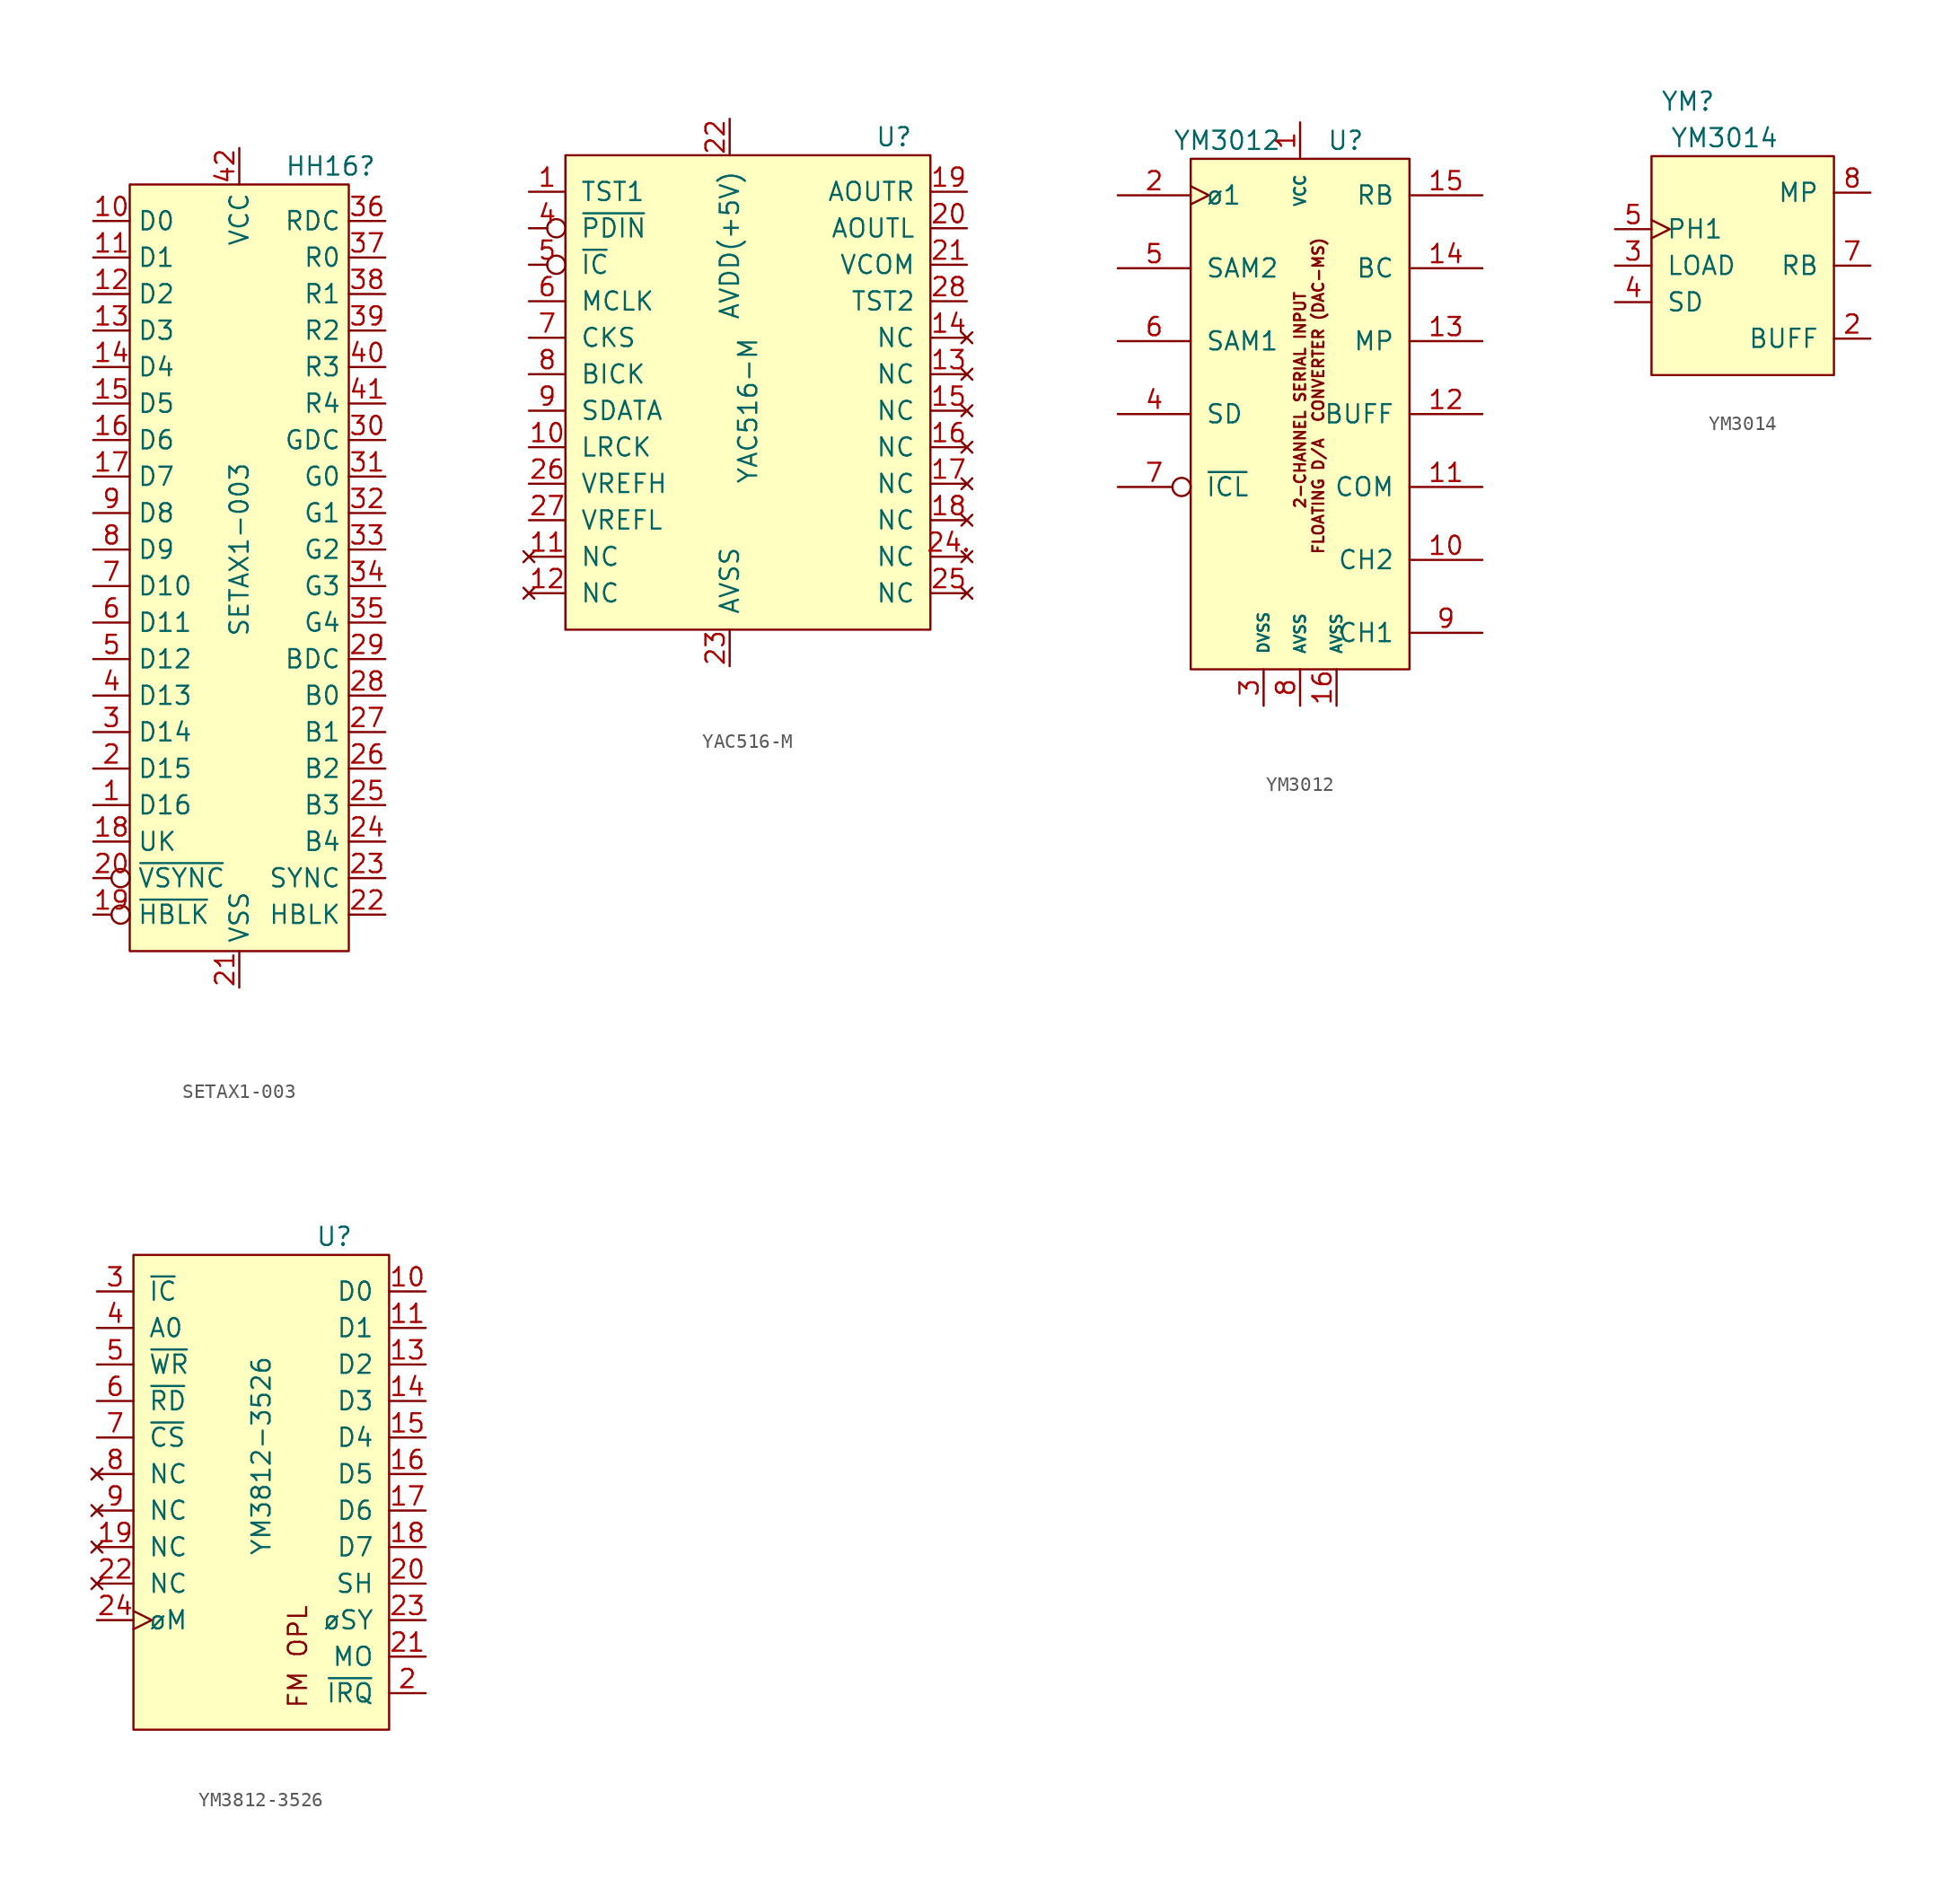
<source format=kicad_sym>
(kicad_symbol_lib
  (version 20211014)
  (generator kicad_symbol_editor)
  (symbol "SETAX1-003"
    (property "Reference" "HH16"
      (at 6.35 26.67 0)
      (effects (font (size 1.27 1.27))))
    (property "Value" "SETAX1-003"
      (at 0 0 90)
      (effects (font (size 1.27 1.27))))
    (symbol "SETAX1-003_0_1"
      (rectangle (start -7.62 25.4) (end 7.62 -27.94) (stroke (width 0.152) (type default) (color 0 0 0 0)) (fill (type background))))
    (symbol "SETAX1-003_1_1"
      (pin input line (at -10.16 -17.78 0) (length 2.54) (name "D16" (effects (font (size 1.27 1.27)))) (number "1" (effects (font (size 1.27 1.27)))))
      (pin input line (at -10.16 22.86 0) (length 2.54) (name "D0" (effects (font (size 1.27 1.27)))) (number "10" (effects (font (size 1.27 1.27)))))
      (pin input line (at -10.16 20.32 0) (length 2.54) (name "D1" (effects (font (size 1.27 1.27)))) (number "11" (effects (font (size 1.27 1.27)))))
      (pin input line (at -10.16 17.78 0) (length 2.54) (name "D2" (effects (font (size 1.27 1.27)))) (number "12" (effects (font (size 1.27 1.27)))))
      (pin input line (at -10.16 15.24 0) (length 2.54) (name "D3" (effects (font (size 1.27 1.27)))) (number "13" (effects (font (size 1.27 1.27)))))
      (pin input line (at -10.16 12.7 0) (length 2.54) (name "D4" (effects (font (size 1.27 1.27)))) (number "14" (effects (font (size 1.27 1.27)))))
      (pin input line (at -10.16 10.16 0) (length 2.54) (name "D5" (effects (font (size 1.27 1.27)))) (number "15" (effects (font (size 1.27 1.27)))))
      (pin input line (at -10.16 7.62 0) (length 2.54) (name "D6" (effects (font (size 1.27 1.27)))) (number "16" (effects (font (size 1.27 1.27)))))
      (pin input line (at -10.16 5.08 0) (length 2.54) (name "D7" (effects (font (size 1.27 1.27)))) (number "17" (effects (font (size 1.27 1.27)))))
      (pin input line (at -10.16 -20.32 0) (length 2.54) (name "UK" (effects (font (size 1.27 1.27)))) (number "18" (effects (font (size 1.27 1.27)))))
      (pin input inverted (at -10.16 -25.4 0) (length 2.54) (name "~{HBLK}" (effects (font (size 1.27 1.27)))) (number "19" (effects (font (size 1.27 1.27)))))
      (pin input line (at -10.16 -15.24 0) (length 2.54) (name "D15" (effects (font (size 1.27 1.27)))) (number "2" (effects (font (size 1.27 1.27)))))
      (pin input inverted (at -10.16 -22.86 0) (length 2.54) (name "~{VSYNC}" (effects (font (size 1.27 1.27)))) (number "20" (effects (font (size 1.27 1.27)))))
      (pin power_in line (at 0 -30.48 90) (length 2.54) (name "VSS" (effects (font (size 1.27 1.27)))) (number "21" (effects (font (size 1.27 1.27)))))
      (pin tri_state line (at 10.16 -25.4 180) (length 2.54) (name "HBLK" (effects (font (size 1.27 1.27)))) (number "22" (effects (font (size 1.27 1.27)))))
      (pin tri_state line (at 10.16 -22.86 180) (length 2.54) (name "SYNC" (effects (font (size 1.27 1.27)))) (number "23" (effects (font (size 1.27 1.27)))))
      (pin output line (at 10.16 -20.32 180) (length 2.54) (name "B4" (effects (font (size 1.27 1.27)))) (number "24" (effects (font (size 1.27 1.27)))))
      (pin output line (at 10.16 -17.78 180) (length 2.54) (name "B3" (effects (font (size 1.27 1.27)))) (number "25" (effects (font (size 1.27 1.27)))))
      (pin output line (at 10.16 -15.24 180) (length 2.54) (name "B2" (effects (font (size 1.27 1.27)))) (number "26" (effects (font (size 1.27 1.27)))))
      (pin output line (at 10.16 -12.7 180) (length 2.54) (name "B1" (effects (font (size 1.27 1.27)))) (number "27" (effects (font (size 1.27 1.27)))))
      (pin output line (at 10.16 -10.16 180) (length 2.54) (name "B0" (effects (font (size 1.27 1.27)))) (number "28" (effects (font (size 1.27 1.27)))))
      (pin output line (at 10.16 -7.62 180) (length 2.54) (name "BDC" (effects (font (size 1.27 1.27)))) (number "29" (effects (font (size 1.27 1.27)))))
      (pin input line (at -10.16 -12.7 0) (length 2.54) (name "D14" (effects (font (size 1.27 1.27)))) (number "3" (effects (font (size 1.27 1.27)))))
      (pin output line (at 10.16 7.62 180) (length 2.54) (name "GDC" (effects (font (size 1.27 1.27)))) (number "30" (effects (font (size 1.27 1.27)))))
      (pin output line (at 10.16 5.08 180) (length 2.54) (name "G0" (effects (font (size 1.27 1.27)))) (number "31" (effects (font (size 1.27 1.27)))))
      (pin output line (at 10.16 2.54 180) (length 2.54) (name "G1" (effects (font (size 1.27 1.27)))) (number "32" (effects (font (size 1.27 1.27)))))
      (pin output line (at 10.16 0 180) (length 2.54) (name "G2" (effects (font (size 1.27 1.27)))) (number "33" (effects (font (size 1.27 1.27)))))
      (pin output line (at 10.16 -2.54 180) (length 2.54) (name "G3" (effects (font (size 1.27 1.27)))) (number "34" (effects (font (size 1.27 1.27)))))
      (pin output line (at 10.16 -5.08 180) (length 2.54) (name "G4" (effects (font (size 1.27 1.27)))) (number "35" (effects (font (size 1.27 1.27)))))
      (pin output line (at 10.16 22.86 180) (length 2.54) (name "RDC" (effects (font (size 1.27 1.27)))) (number "36" (effects (font (size 1.27 1.27)))))
      (pin output line (at 10.16 20.32 180) (length 2.54) (name "R0" (effects (font (size 1.27 1.27)))) (number "37" (effects (font (size 1.27 1.27)))))
      (pin output line (at 10.16 17.78 180) (length 2.54) (name "R1" (effects (font (size 1.27 1.27)))) (number "38" (effects (font (size 1.27 1.27)))))
      (pin output line (at 10.16 15.24 180) (length 2.54) (name "R2" (effects (font (size 1.27 1.27)))) (number "39" (effects (font (size 1.27 1.27)))))
      (pin input line (at -10.16 -10.16 0) (length 2.54) (name "D13" (effects (font (size 1.27 1.27)))) (number "4" (effects (font (size 1.27 1.27)))))
      (pin output line (at 10.16 12.7 180) (length 2.54) (name "R3" (effects (font (size 1.27 1.27)))) (number "40" (effects (font (size 1.27 1.27)))))
      (pin output line (at 10.16 10.16 180) (length 2.54) (name "R4" (effects (font (size 1.27 1.27)))) (number "41" (effects (font (size 1.27 1.27)))))
      (pin power_in line (at 0 27.94 270) (length 2.54) (name "VCC" (effects (font (size 1.27 1.27)))) (number "42" (effects (font (size 1.27 1.27)))))
      (pin input line (at -10.16 -7.62 0) (length 2.54) (name "D12" (effects (font (size 1.27 1.27)))) (number "5" (effects (font (size 1.27 1.27)))))
      (pin input line (at -10.16 -5.08 0) (length 2.54) (name "D11" (effects (font (size 1.27 1.27)))) (number "6" (effects (font (size 1.27 1.27)))))
      (pin input line (at -10.16 -2.54 0) (length 2.54) (name "D10" (effects (font (size 1.27 1.27)))) (number "7" (effects (font (size 1.27 1.27)))))
      (pin input line (at -10.16 0 0) (length 2.54) (name "D9" (effects (font (size 1.27 1.27)))) (number "8" (effects (font (size 1.27 1.27)))))
      (pin input line (at -10.16 2.54 0) (length 2.54) (name "D8" (effects (font (size 1.27 1.27)))) (number "9" (effects (font (size 1.27 1.27)))))))
  (symbol "YAC516-M"
    (pin_names
      (offset 1.016))
    (property "Reference" "U"
      (at 10.16 17.78 0)
      (effects (font (size 1.27 1.27))))
    (property "Value" "YAC516-M"
      (at 0 -1.27 90)
      (effects (font (size 1.27 1.27))))
    (symbol "YAC516-M_0_1"
      (rectangle (start -12.7 16.51) (end 12.7 -16.51) (stroke (width 0) (type default) (color 0 0 0 0)) (fill (type background))))
    (symbol "YAC516-M_1_1"
      (pin input line (at -15.24 13.97 0) (length 2.54) (name "TST1" (effects (font (size 1.27 1.27)))) (number "1" (effects (font (size 1.27 1.27)))))
      (pin input line (at -15.24 -3.81 0) (length 2.54) (name "LRCK" (effects (font (size 1.27 1.27)))) (number "10" (effects (font (size 1.27 1.27)))))
      (pin no_connect line (at -15.24 -11.43 0) (length 2.54) (name "NC" (effects (font (size 1.27 1.27)))) (number "11" (effects (font (size 1.27 1.27)))))
      (pin no_connect line (at -15.24 -13.97 0) (length 2.54) (name "NC" (effects (font (size 1.27 1.27)))) (number "12" (effects (font (size 1.27 1.27)))))
      (pin no_connect line (at 15.24 1.27 180) (length 2.54) (name "NC" (effects (font (size 1.27 1.27)))) (number "13" (effects (font (size 1.27 1.27)))))
      (pin no_connect line (at 15.24 3.81 180) (length 2.54) (name "NC" (effects (font (size 1.27 1.27)))) (number "14" (effects (font (size 1.27 1.27)))))
      (pin no_connect line (at 15.24 -1.27 180) (length 2.54) (name "NC" (effects (font (size 1.27 1.27)))) (number "15" (effects (font (size 1.27 1.27)))))
      (pin no_connect line (at 15.24 -3.81 180) (length 2.54) (name "NC" (effects (font (size 1.27 1.27)))) (number "16" (effects (font (size 1.27 1.27)))))
      (pin no_connect line (at 15.24 -6.35 180) (length 2.54) (name "NC" (effects (font (size 1.27 1.27)))) (number "17" (effects (font (size 1.27 1.27)))))
      (pin no_connect line (at 15.24 -8.89 180) (length 2.54) (name "NC" (effects (font (size 1.27 1.27)))) (number "18" (effects (font (size 1.27 1.27)))))
      (pin output line (at 15.24 13.97 180) (length 2.54) (name "AOUTR" (effects (font (size 1.27 1.27)))) (number "19" (effects (font (size 1.27 1.27)))))
      (pin power_in line (at 1.27 16.51 270) (length 2.54) hide (name "VCC" (effects (font (size 1.27 1.27)))) (number "2" (effects (font (size 1.27 1.27)))))
      (pin output line (at 15.24 11.43 180) (length 2.54) (name "AOUTL" (effects (font (size 1.27 1.27)))) (number "20" (effects (font (size 1.27 1.27)))))
      (pin output line (at 15.24 8.89 180) (length 2.54) (name "VCOM" (effects (font (size 1.27 1.27)))) (number "21" (effects (font (size 1.27 1.27)))))
      (pin power_in line (at -1.27 19.05 270) (length 2.54) (name "AVDD(+5V)" (effects (font (size 1.27 1.27)))) (number "22" (effects (font (size 1.27 1.27)))))
      (pin power_in line (at -1.27 -19.05 90) (length 2.54) (name "AVSS" (effects (font (size 1.27 1.27)))) (number "23" (effects (font (size 1.27 1.27)))))
      (pin no_connect line (at 15.24 -11.43 180) (length 2.54) (name "NC" (effects (font (size 1.27 1.27)))) (number "24." (effects (font (size 1.27 1.27)))))
      (pin no_connect line (at 15.24 -13.97 180) (length 2.54) (name "NC" (effects (font (size 1.27 1.27)))) (number "25" (effects (font (size 1.27 1.27)))))
      (pin input line (at -15.24 -6.35 0) (length 2.54) (name "VREFH" (effects (font (size 1.27 1.27)))) (number "26" (effects (font (size 1.27 1.27)))))
      (pin input line (at -15.24 -8.89 0) (length 2.54) (name "VREFL" (effects (font (size 1.27 1.27)))) (number "27" (effects (font (size 1.27 1.27)))))
      (pin output line (at 15.24 6.35 180) (length 2.54) (name "TST2" (effects (font (size 1.27 1.27)))) (number "28" (effects (font (size 1.27 1.27)))))
      (pin power_in line (at 1.27 -16.51 90) (length 2.54) hide (name "VSS" (effects (font (size 1.27 1.27)))) (number "3" (effects (font (size 1.27 1.27)))))
      (pin input inverted (at -15.24 11.43 0) (length 2.54) (name "~{PDIN}" (effects (font (size 1.27 1.27)))) (number "4" (effects (font (size 1.27 1.27)))))
      (pin input inverted (at -15.24 8.89 0) (length 2.54) (name "~{IC}" (effects (font (size 1.27 1.27)))) (number "5" (effects (font (size 1.27 1.27)))))
      (pin input line (at -15.24 6.35 0) (length 2.54) (name "MCLK" (effects (font (size 1.27 1.27)))) (number "6" (effects (font (size 1.27 1.27)))))
      (pin input line (at -15.24 3.81 0) (length 2.54) (name "CKS" (effects (font (size 1.27 1.27)))) (number "7" (effects (font (size 1.27 1.27)))))
      (pin input line (at -15.24 1.27 0) (length 2.54) (name "BICK" (effects (font (size 1.27 1.27)))) (number "8" (effects (font (size 1.27 1.27)))))
      (pin input line (at -15.24 -1.27 0) (length 2.54) (name "SDATA" (effects (font (size 1.27 1.27)))) (number "9" (effects (font (size 1.27 1.27)))))))
  (symbol "YM3012"
    (pin_names
      (offset 1.016))
    (property "Reference" "U"
      (at 3.175 17.78 0)
      (effects (font (size 1.27 1.27))))
    (property "Value" "YM3012"
      (at -5.08 17.78 0)
      (effects (font (size 1.27 1.27))))
    (symbol "YM3012_0_0"
      (text "2-CHANNEL SERIAL INPUT " (at 0 0 900) (effects (font (size 0.762 0.762))))
      (text "FLOATING D/A  CONVERTER (DAC-MS)" (at 1.27 0 900) (effects (font (size 0.762 0.762)))))
    (symbol "YM3012_0_1"
      (rectangle (start -7.62 16.51) (end 7.62 -19.05) (stroke (width 0) (type default) (color 0 0 0 0)) (fill (type background))))
    (symbol "YM3012_1_1"
      (pin power_in line (at 0 19.05 270) (length 2.54) (name "VCC" (effects (font (size 0.762 0.762)))) (number "1" (effects (font (size 1.27 1.27)))))
      (pin output line (at 12.7 -11.43 180) (length 5.08) (name "CH2" (effects (font (size 1.27 1.27)))) (number "10" (effects (font (size 1.27 1.27)))))
      (pin input line (at 12.7 -6.35 180) (length 5.08) (name "COM" (effects (font (size 1.27 1.27)))) (number "11" (effects (font (size 1.27 1.27)))))
      (pin output line (at 12.7 -1.27 180) (length 5.08) (name "BUFF" (effects (font (size 1.27 1.27)))) (number "12" (effects (font (size 1.27 1.27)))))
      (pin input line (at 12.7 3.81 180) (length 5.08) (name "MP" (effects (font (size 1.27 1.27)))) (number "13" (effects (font (size 1.27 1.27)))))
      (pin input line (at 12.7 8.89 180) (length 5.08) (name "BC" (effects (font (size 1.27 1.27)))) (number "14" (effects (font (size 1.27 1.27)))))
      (pin output line (at 12.7 13.97 180) (length 5.08) (name "RB" (effects (font (size 1.27 1.27)))) (number "15" (effects (font (size 1.27 1.27)))))
      (pin power_in line (at 2.54 -21.59 90) (length 2.54) (name "AVSS" (effects (font (size 0.762 0.762)))) (number "16" (effects (font (size 1.27 1.27)))))
      (pin input clock (at -12.7 13.97 0) (length 5.08) (name "ø1" (effects (font (size 1.27 1.27)))) (number "2" (effects (font (size 1.27 1.27)))))
      (pin power_in line (at -2.54 -21.59 90) (length 2.54) (name "DVSS" (effects (font (size 0.762 0.762)))) (number "3" (effects (font (size 1.27 1.27)))))
      (pin input line (at -12.7 -1.27 0) (length 5.08) (name "SD" (effects (font (size 1.27 1.27)))) (number "4" (effects (font (size 1.27 1.27)))))
      (pin input line (at -12.7 8.89 0) (length 5.08) (name "SAM2" (effects (font (size 1.27 1.27)))) (number "5" (effects (font (size 1.27 1.27)))))
      (pin input line (at -12.7 3.81 0) (length 5.08) (name "SAM1" (effects (font (size 1.27 1.27)))) (number "6" (effects (font (size 1.27 1.27)))))
      (pin input inverted (at -12.7 -6.35 0) (length 5.08) (name "~{ICL}" (effects (font (size 1.27 1.27)))) (number "7" (effects (font (size 1.27 1.27)))))
      (pin power_in line (at 0 -21.59 90) (length 2.54) (name "AVSS" (effects (font (size 0.762 0.762)))) (number "8" (effects (font (size 1.27 1.27)))))
      (pin output line (at 12.7 -16.51 180) (length 5.08) (name "CH1" (effects (font (size 1.27 1.27)))) (number "9" (effects (font (size 1.27 1.27)))))))
  (symbol "YM3014"
    (pin_names
      (offset 1.016))
    (property "Reference" "YM"
      (at -2.54 15.24 0)
      (effects (font (size 1.27 1.27))))
    (property "Value" "YM3014"
      (at 0 12.7 0)
      (effects (font (size 1.27 1.27))))
    (symbol "YM3014_0_1"
      (rectangle (start -5.08 11.43) (end 7.62 -3.81) (stroke (width 0) (type default) (color 0 0 0 0)) (fill (type background))))
    (symbol "YM3014_1_1"
      (pin power_in line (at 1.27 11.43 270) (length 2.54) hide (name "VCC" (effects (font (size 1.27 1.27)))) (number "1" (effects (font (size 1.27 1.27)))))
      (pin output line (at 10.16 -1.27 180) (length 2.54) (name "BUFF" (effects (font (size 1.27 1.27)))) (number "2" (effects (font (size 1.27 1.27)))))
      (pin input line (at -7.62 3.81 0) (length 2.54) (name "LOAD" (effects (font (size 1.27 1.27)))) (number "3" (effects (font (size 1.27 1.27)))))
      (pin input line (at -7.62 1.27 0) (length 2.54) (name "SD" (effects (font (size 1.27 1.27)))) (number "4" (effects (font (size 1.27 1.27)))))
      (pin input clock (at -7.62 6.35 0) (length 2.54) (name "PH1" (effects (font (size 1.27 1.27)))) (number "5" (effects (font (size 1.27 1.27)))))
      (pin power_in line (at 1.27 -3.81 90) (length 2.54) hide (name "VSS" (effects (font (size 1.27 1.27)))) (number "6" (effects (font (size 1.27 1.27)))))
      (pin output line (at 10.16 3.81 180) (length 2.54) (name "RB" (effects (font (size 1.27 1.27)))) (number "7" (effects (font (size 1.27 1.27)))))
      (pin bidirectional line (at 10.16 8.89 180) (length 2.54) (name "MP" (effects (font (size 1.27 1.27)))) (number "8" (effects (font (size 1.27 1.27)))))))
  (symbol "YM3812-3526"
    (pin_names
      (offset 1.016))
    (property "Reference" "U"
      (at 5.08 16.51 0)
      (effects (font (size 1.27 1.27))))
    (property "Value" "YM3812-3526"
      (at 0 1.27 90)
      (effects (font (size 1.27 1.27))))
    (symbol "YM3812-3526_0_0"
      (text "FM OPL" (at 2.54 -12.7 900) (effects (font (size 1.27 1.27)))))
    (symbol "YM3812-3526_0_1"
      (rectangle (start -8.89 15.24) (end 8.89 -17.78) (stroke (width 0) (type default) (color 0 0 0 0)) (fill (type background))))
    (symbol "YM3812-3526_1_1"
      (pin power_in line (at 0 15.24 270) (length 2.54) hide (name "VCC" (effects (font (size 1.27 1.27)))) (number "1" (effects (font (size 1.27 1.27)))))
      (pin bidirectional line (at 11.43 12.7 180) (length 2.54) (name "D0" (effects (font (size 1.27 1.27)))) (number "10" (effects (font (size 1.27 1.27)))))
      (pin bidirectional line (at 11.43 10.16 180) (length 2.54) (name "D1" (effects (font (size 1.27 1.27)))) (number "11" (effects (font (size 1.27 1.27)))))
      (pin power_in line (at 0 -17.78 90) (length 2.54) hide (name "VSS" (effects (font (size 1.27 1.27)))) (number "12" (effects (font (size 1.27 1.27)))))
      (pin bidirectional line (at 11.43 7.62 180) (length 2.54) (name "D2" (effects (font (size 1.27 1.27)))) (number "13" (effects (font (size 1.27 1.27)))))
      (pin bidirectional line (at 11.43 5.08 180) (length 2.54) (name "D3" (effects (font (size 1.27 1.27)))) (number "14" (effects (font (size 1.27 1.27)))))
      (pin bidirectional line (at 11.43 2.54 180) (length 2.54) (name "D4" (effects (font (size 1.27 1.27)))) (number "15" (effects (font (size 1.27 1.27)))))
      (pin bidirectional line (at 11.43 0 180) (length 2.54) (name "D5" (effects (font (size 1.27 1.27)))) (number "16" (effects (font (size 1.27 1.27)))))
      (pin bidirectional line (at 11.43 -2.54 180) (length 2.54) (name "D6" (effects (font (size 1.27 1.27)))) (number "17" (effects (font (size 1.27 1.27)))))
      (pin bidirectional line (at 11.43 -5.08 180) (length 2.54) (name "D7" (effects (font (size 1.27 1.27)))) (number "18" (effects (font (size 1.27 1.27)))))
      (pin no_connect line (at -11.43 -5.08 0) (length 2.54) (name "NC" (effects (font (size 1.27 1.27)))) (number "19" (effects (font (size 1.27 1.27)))))
      (pin output line (at 11.43 -15.24 180) (length 2.54) (name "~{IRQ}" (effects (font (size 1.27 1.27)))) (number "2" (effects (font (size 1.27 1.27)))))
      (pin output line (at 11.43 -7.62 180) (length 2.54) (name "SH" (effects (font (size 1.27 1.27)))) (number "20" (effects (font (size 1.27 1.27)))))
      (pin output line (at 11.43 -12.7 180) (length 2.54) (name "MO" (effects (font (size 1.27 1.27)))) (number "21" (effects (font (size 1.27 1.27)))))
      (pin no_connect line (at -11.43 -7.62 0) (length 2.54) (name "NC" (effects (font (size 1.27 1.27)))) (number "22" (effects (font (size 1.27 1.27)))))
      (pin output line (at 11.43 -10.16 180) (length 2.54) (name "øSY" (effects (font (size 1.27 1.27)))) (number "23" (effects (font (size 1.27 1.27)))))
      (pin input clock (at -11.43 -10.16 0) (length 2.54) (name "øM" (effects (font (size 1.27 1.27)))) (number "24" (effects (font (size 1.27 1.27)))))
      (pin input line (at -11.43 12.7 0) (length 2.54) (name "~{IC}" (effects (font (size 1.27 1.27)))) (number "3" (effects (font (size 1.27 1.27)))))
      (pin input line (at -11.43 10.16 0) (length 2.54) (name "A0" (effects (font (size 1.27 1.27)))) (number "4" (effects (font (size 1.27 1.27)))))
      (pin input line (at -11.43 7.62 0) (length 2.54) (name "~{WR}" (effects (font (size 1.27 1.27)))) (number "5" (effects (font (size 1.27 1.27)))))
      (pin input line (at -11.43 5.08 0) (length 2.54) (name "~{RD}" (effects (font (size 1.27 1.27)))) (number "6" (effects (font (size 1.27 1.27)))))
      (pin input line (at -11.43 2.54 0) (length 2.54) (name "~{CS}" (effects (font (size 1.27 1.27)))) (number "7" (effects (font (size 1.27 1.27)))))
      (pin no_connect line (at -11.43 0 0) (length 2.54) (name "NC" (effects (font (size 1.27 1.27)))) (number "8" (effects (font (size 1.27 1.27)))))
      (pin no_connect line (at -11.43 -2.54 0) (length 2.54) (name "NC" (effects (font (size 1.27 1.27)))) (number "9" (effects (font (size 1.27 1.27))))))))
</source>
